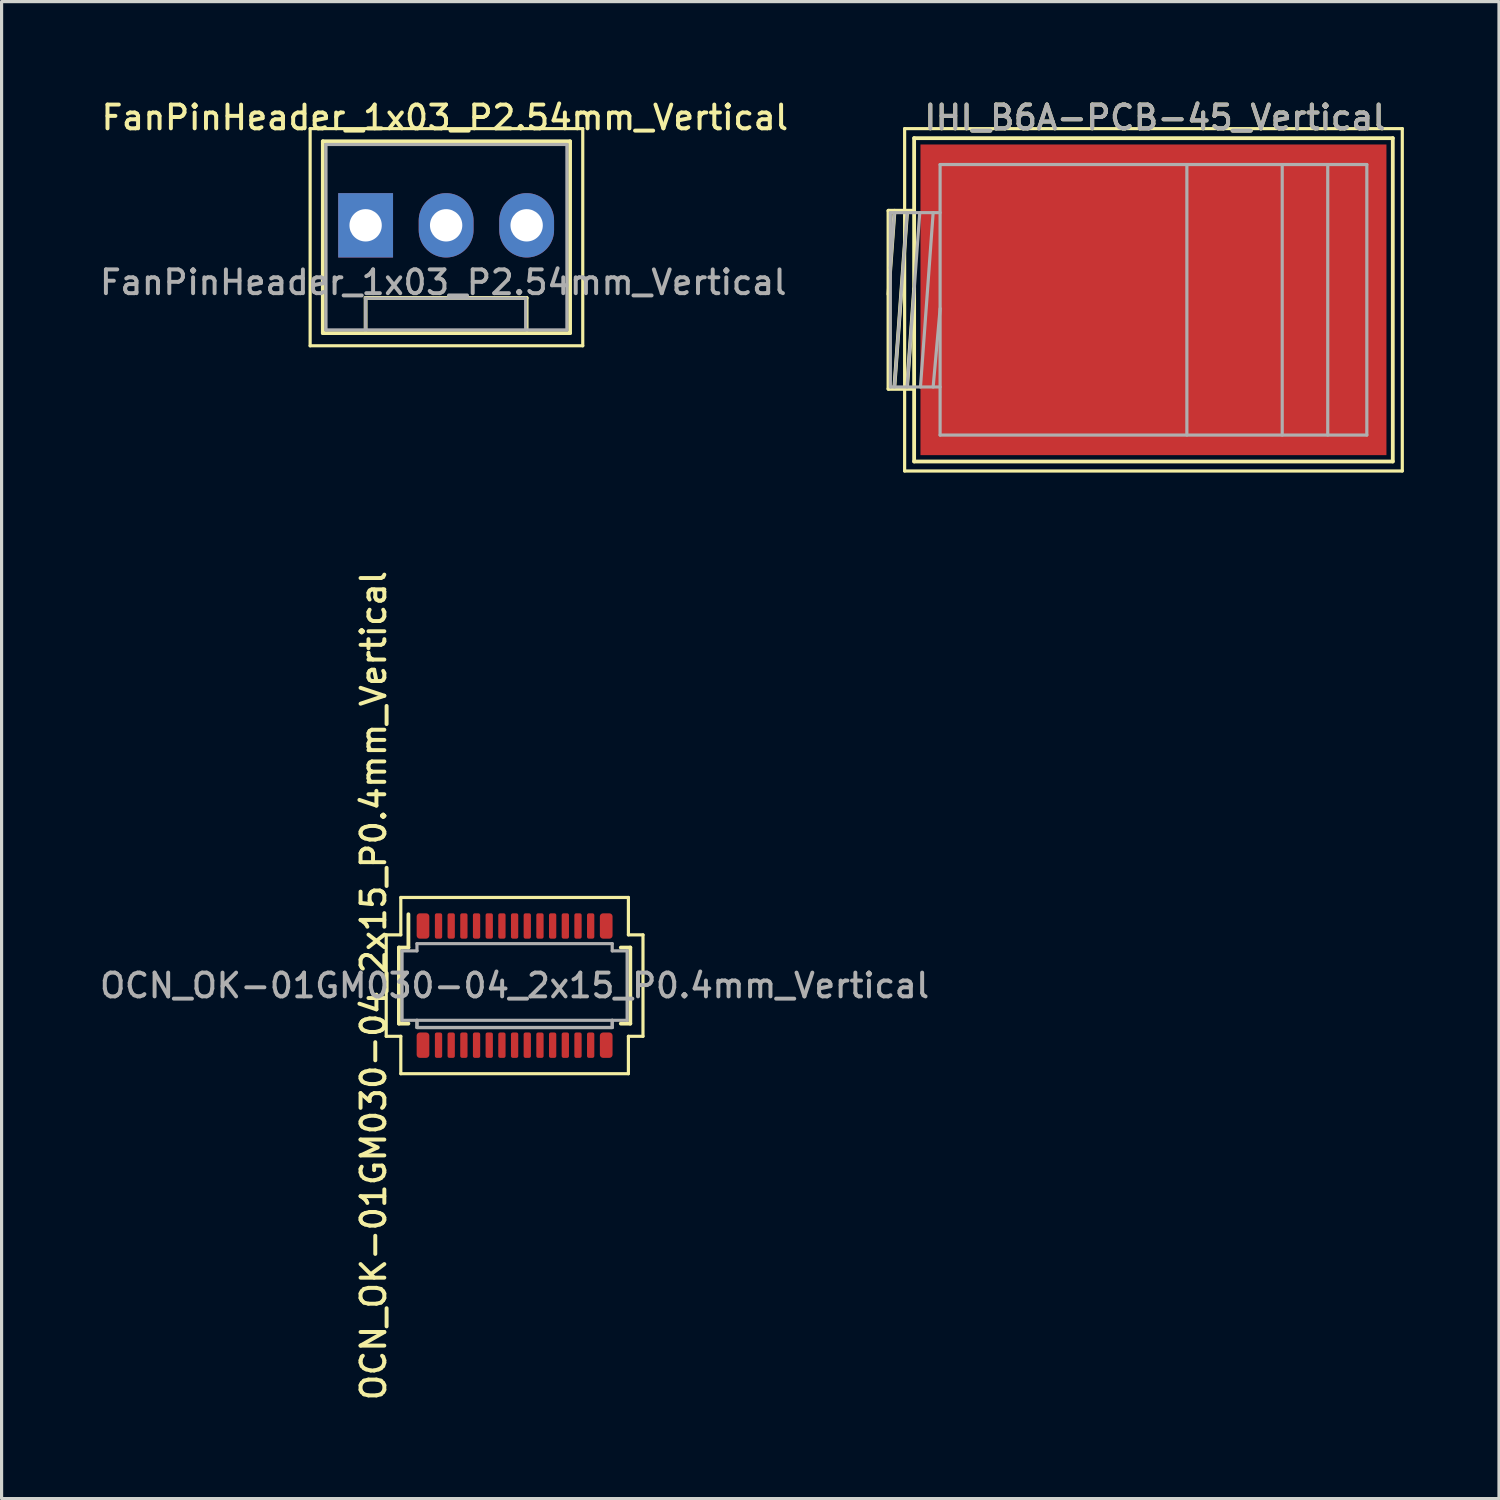
<source format=kicad_pcb>
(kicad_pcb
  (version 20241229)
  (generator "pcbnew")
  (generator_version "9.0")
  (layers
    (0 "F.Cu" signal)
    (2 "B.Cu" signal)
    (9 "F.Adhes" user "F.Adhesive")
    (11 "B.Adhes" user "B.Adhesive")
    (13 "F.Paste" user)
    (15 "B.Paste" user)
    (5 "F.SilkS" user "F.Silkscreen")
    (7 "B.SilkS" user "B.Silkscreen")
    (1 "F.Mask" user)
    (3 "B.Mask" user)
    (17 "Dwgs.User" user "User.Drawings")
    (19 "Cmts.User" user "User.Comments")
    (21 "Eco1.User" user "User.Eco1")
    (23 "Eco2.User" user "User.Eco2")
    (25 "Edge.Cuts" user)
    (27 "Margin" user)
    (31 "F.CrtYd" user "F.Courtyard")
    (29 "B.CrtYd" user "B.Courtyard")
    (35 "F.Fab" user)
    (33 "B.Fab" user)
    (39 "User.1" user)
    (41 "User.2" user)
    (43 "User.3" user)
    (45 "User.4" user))
  (footprint "IHI_B6A-PCB-45_Vertical"
    (layer "F.Cu")
    (at 33.338 6.408)
    (property "Reference" "IHI_B6A-PCB-45_Vertical" (at 0.05 -5.75 0) (layer "F.SilkS") (effects (font (size 0.75 0.75) (thickness 0.125))))
    (attr smd)
    (fp_line (start -8.36 -2.81) (end -7.55 -2.81) (stroke (width 0.12) (type solid)) (layer "F.SilkS"))
    (fp_line (start -8.36 -0.175) (end -8.168 -2.81) (stroke (width 0.12) (type solid)) (layer "F.SilkS"))
    (fp_line (start -8.36 2.81) (end -8.36 -2.81) (stroke (width 0.12) (type solid)) (layer "F.SilkS"))
    (fp_line (start -7.85 -5.4) (end 7.85 -5.4) (stroke (width 0.1) (type solid)) (layer "F.SilkS"))
    (fp_line (start -7.85 5.4) (end -7.85 -5.4) (stroke (width 0.1) (type solid)) (layer "F.SilkS"))
    (fp_line (start -7.773 -2.75) (end -8.173 2.75) (stroke (width 0.12) (type solid)) (layer "F.SilkS"))
    (fp_line (start -7.773 2.75) (end -7.55 -0.35) (stroke (width 0.12) (type solid)) (layer "F.SilkS"))
    (fp_line (start -7.55 -5.1) (end 7.55 -5.1) (stroke (width 0.12) (type solid)) (layer "F.SilkS"))
    (fp_line (start -7.55 2.81) (end -8.36 2.81) (stroke (width 0.12) (type solid)) (layer "F.SilkS"))
    (fp_line (start -7.55 5.1) (end -7.55 -5.1) (stroke (width 0.12) (type solid)) (layer "F.SilkS"))
    (fp_line (start 7.55 -5.1) (end 7.55 5.1) (stroke (width 0.12) (type solid)) (layer "F.SilkS"))
    (fp_line (start 7.55 5.1) (end -7.55 5.1) (stroke (width 0.12) (type solid)) (layer "F.SilkS"))
    (fp_line (start 7.85 -5.4) (end 7.85 5.4) (stroke (width 0.1) (type solid)) (layer "F.SilkS"))
    (fp_line (start 7.85 5.4) (end -7.85 5.4) (stroke (width 0.1) (type solid)) (layer "F.SilkS"))
    (fp_line (start -8.3 -2.75) (end -6.731 -2.75) (stroke (width 0.1) (type solid)) (layer "F.Fab"))
    (fp_line (start -8.3 -1) (end -8.173 -2.75) (stroke (width 0.1) (type solid)) (layer "F.Fab"))
    (fp_line (start -8.3 2.75) (end -8.3 -2.75) (stroke (width 0.1) (type solid)) (layer "F.Fab"))
    (fp_line (start -7.773 -2.75) (end -8.173 2.75) (stroke (width 0.1) (type solid)) (layer "F.Fab"))
    (fp_line (start -7.773 2.75) (end -7.373 -2.75) (stroke (width 0.1) (type solid)) (layer "F.Fab"))
    (fp_line (start -7.35 2.75) (end -6.95 -2.75) (stroke (width 0.1) (type solid)) (layer "F.Fab"))
    (fp_line (start -6.95 2.75) (end -6.73 0.275) (stroke (width 0.1) (type solid)) (layer "F.Fab"))
    (fp_line (start -6.731 2.75) (end -8.3 2.75) (stroke (width 0.1) (type solid)) (layer "F.Fab"))
    (fp_line (start -6.731 4.267) (end -6.731 -4.267) (stroke (width 0.1) (type solid)) (layer "F.Fab"))
    (fp_line (start -6.731 4.267) (end 6.731 4.267) (stroke (width 0.1) (type solid)) (layer "F.Fab"))
    (fp_line (start 1.054 -4.267) (end 1.054 4.267) (stroke (width 0.1) (type solid)) (layer "F.Fab"))
    (fp_line (start 4.062 -4.267) (end 4.062 4.267) (stroke (width 0.1) (type solid)) (layer "F.Fab"))
    (fp_line (start 5.498 -4.267) (end 5.498 4.267) (stroke (width 0.1) (type solid)) (layer "F.Fab"))
    (fp_line (start 6.731 -4.267) (end -6.731 -4.267) (stroke (width 0.1) (type solid)) (layer "F.Fab"))
    (fp_line (start 6.731 -4.267) (end 6.731 4.267) (stroke (width 0.1) (type solid)) (layer "F.Fab"))
    (fp_text user "${REFERENCE}" (at 0.05 -5.75 0) (layer "F.Fab") (effects (font (size 0.75 0.75) (thickness 0.125))))
    (pad "" smd rect (at -6.05 -3.85 180) (size 1.3 0.8) (layers "F.Paste"))
    (pad "" smd rect (at -6.05 -2.75 180) (size 1.3 0.8) (layers "F.Paste"))
    (pad "" smd rect (at -6.05 -1.65 180) (size 1.3 0.8) (layers "F.Paste"))
    (pad "" smd rect (at -6.05 -0.55 180) (size 1.3 0.8) (layers "F.Paste"))
    (pad "" smd rect (at -6.05 0.55 180) (size 1.3 0.8) (layers "F.Paste"))
    (pad "" smd rect (at -6.05 1.65 180) (size 1.3 0.8) (layers "F.Paste"))
    (pad "" smd rect (at -6.05 2.75 180) (size 1.3 0.8) (layers "F.Paste"))
    (pad "" smd rect (at -6.05 3.85 180) (size 1.3 0.8) (layers "F.Paste"))
    (pad "" smd rect (at -4.45 -3.85 180) (size 1.3 0.8) (layers "F.Paste"))
    (pad "" smd rect (at -4.45 -2.75 180) (size 1.3 0.8) (layers "F.Paste"))
    (pad "" smd rect (at -4.45 -1.65 180) (size 1.3 0.8) (layers "F.Paste"))
    (pad "" smd rect (at -4.45 -0.55 180) (size 1.3 0.8) (layers "F.Paste"))
    (pad "" smd rect (at -4.45 0.55 180) (size 1.3 0.8) (layers "F.Paste"))
    (pad "" smd rect (at -4.45 1.65 180) (size 1.3 0.8) (layers "F.Paste"))
    (pad "" smd rect (at -4.45 2.75 180) (size 1.3 0.8) (layers "F.Paste"))
    (pad "" smd rect (at -4.45 3.85 180) (size 1.3 0.8) (layers "F.Paste"))
    (pad "" smd rect (at -2.85 -3.85 180) (size 1.3 0.8) (layers "F.Paste"))
    (pad "" smd rect (at -2.85 -2.75 180) (size 1.3 0.8) (layers "F.Paste"))
    (pad "" smd rect (at -2.85 -1.65 180) (size 1.3 0.8) (layers "F.Paste"))
    (pad "" smd rect (at -2.85 -0.55 180) (size 1.3 0.8) (layers "F.Paste"))
    (pad "" smd rect (at -2.85 0.55 180) (size 1.3 0.8) (layers "F.Paste"))
    (pad "" smd rect (at -2.85 1.65 180) (size 1.3 0.8) (layers "F.Paste"))
    (pad "" smd rect (at -2.85 2.75 180) (size 1.3 0.8) (layers "F.Paste"))
    (pad "" smd rect (at -2.85 3.85 180) (size 1.3 0.8) (layers "F.Paste"))
    (pad "" smd rect (at -1.25 -3.85 180) (size 1.3 0.8) (layers "F.Paste"))
    (pad "" smd rect (at -1.25 -2.75 180) (size 1.3 0.8) (layers "F.Paste"))
    (pad "" smd rect (at -1.25 -1.65 180) (size 1.3 0.8) (layers "F.Paste"))
    (pad "" smd rect (at -1.25 -0.55 180) (size 1.3 0.8) (layers "F.Paste"))
    (pad "" smd rect (at -1.25 0.55 180) (size 1.3 0.8) (layers "F.Paste"))
    (pad "" smd rect (at -1.25 1.65 180) (size 1.3 0.8) (layers "F.Paste"))
    (pad "" smd rect (at -1.25 2.75 180) (size 1.3 0.8) (layers "F.Paste"))
    (pad "" smd rect (at -1.25 3.85 180) (size 1.3 0.8) (layers "F.Paste"))
    (pad "" smd rect (at 0.35 -3.85 180) (size 1.3 0.8) (layers "F.Paste"))
    (pad "" smd rect (at 0.35 -2.75 180) (size 1.3 0.8) (layers "F.Paste"))
    (pad "" smd rect (at 0.35 -1.65 180) (size 1.3 0.8) (layers "F.Paste"))
    (pad "" smd rect (at 0.35 -0.55 180) (size 1.3 0.8) (layers "F.Paste"))
    (pad "" smd rect (at 0.35 0.55 180) (size 1.3 0.8) (layers "F.Paste"))
    (pad "" smd rect (at 0.35 1.65 180) (size 1.3 0.8) (layers "F.Paste"))
    (pad "" smd rect (at 0.35 2.75 180) (size 1.3 0.8) (layers "F.Paste"))
    (pad "" smd rect (at 0.35 3.85 180) (size 1.3 0.8) (layers "F.Paste"))
    (pad "" smd rect (at 4.78 -3.85 180) (size 1.3 0.8) (layers "F.Paste"))
    (pad "" smd rect (at 4.78 -2.75 180) (size 1.3 0.8) (layers "F.Paste"))
    (pad "" smd rect (at 4.78 -1.65 180) (size 1.3 0.8) (layers "F.Paste"))
    (pad "" smd rect (at 4.78 -0.55 180) (size 1.3 0.8) (layers "F.Paste"))
    (pad "" smd rect (at 4.78 0.55 180) (size 1.3 0.8) (layers "F.Paste"))
    (pad "" smd rect (at 4.78 1.65 180) (size 1.3 0.8) (layers "F.Paste"))
    (pad "" smd rect (at 4.78 2.75 180) (size 1.3 0.8) (layers "F.Paste"))
    (pad "" smd rect (at 4.78 3.85 180) (size 1.3 0.8) (layers "F.Paste"))
    (pad "1" smd rect (at 0 0 180) (size 14.7 9.8) (layers "F.Cu" "F.Mask")))
  (footprint "FanPinHeader_1x03_P2.54mm_Vertical"
    (layer "F.Cu")
    (at 8.484 4.058)
    (property "Reference" "FanPinHeader_1x03_P2.54mm_Vertical" (at 2.5 -3.4 0) (layer "F.SilkS") (effects (font (size 0.75 0.75) (thickness 0.125))))
    (attr through_hole)
    (fp_line (start -1.75 3.8) (end -1.75 -3.05) (stroke (width 0.1) (type solid)) (layer "F.SilkS"))
    (fp_line (start -1.75 3.8) (end 6.85 3.8) (stroke (width 0.1) (type solid)) (layer "F.SilkS"))
    (fp_line (start -1.35 -2.65) (end 6.45 -2.65) (stroke (width 0.12) (type solid)) (layer "F.SilkS"))
    (fp_line (start -1.35 3.4) (end -1.35 -2.65) (stroke (width 0.12) (type solid)) (layer "F.SilkS"))
    (fp_line (start 0 2.29) (end 5.08 2.29) (stroke (width 0.12) (type solid)) (layer "F.SilkS"))
    (fp_line (start 0 3.3) (end 0 2.29) (stroke (width 0.12) (type solid)) (layer "F.SilkS"))
    (fp_line (start 5.08 2.29) (end 5.08 3.3) (stroke (width 0.12) (type solid)) (layer "F.SilkS"))
    (fp_line (start 6.45 -2.65) (end 6.45 3.4) (stroke (width 0.12) (type solid)) (layer "F.SilkS"))
    (fp_line (start 6.45 3.4) (end -1.35 3.4) (stroke (width 0.12) (type solid)) (layer "F.SilkS"))
    (fp_line (start 6.85 -3.05) (end -1.75 -3.05) (stroke (width 0.1) (type solid)) (layer "F.SilkS"))
    (fp_line (start 6.85 -3.05) (end 6.85 3.8) (stroke (width 0.1) (type solid)) (layer "F.SilkS"))
    (fp_line (start -1.25 -2.55) (end 6.35 -2.55) (stroke (width 0.1) (type solid)) (layer "F.Fab"))
    (fp_line (start -1.25 3.3) (end -1.25 -2.55) (stroke (width 0.1) (type solid)) (layer "F.Fab"))
    (fp_line (start 0 2.3) (end 0 3.3) (stroke (width 0.1) (type solid)) (layer "F.Fab"))
    (fp_line (start 5.05 2.3) (end 0 2.3) (stroke (width 0.1) (type solid)) (layer "F.Fab"))
    (fp_line (start 5.05 3.3) (end 5.05 2.3) (stroke (width 0.1) (type solid)) (layer "F.Fab"))
    (fp_line (start 6.35 -2.55) (end 6.35 3.3) (stroke (width 0.1) (type solid)) (layer "F.Fab"))
    (fp_line (start 6.35 3.3) (end -1.25 3.3) (stroke (width 0.1) (type solid)) (layer "F.Fab"))
    (fp_text user "${REFERENCE}" (at 2.45 1.8 0) (layer "F.Fab") (effects (font (size 0.75 0.75) (thickness 0.125))))
    (pad "1" thru_hole rect (at 0 0 90) (size 2.03 1.73) (drill 1.02) (layers "*.Cu" "*.Mask"))
    (pad "2" thru_hole oval (at 2.54 0 90) (size 2.03 1.73) (drill 1.02) (layers "*.Cu" "*.Mask"))
    (pad "3" thru_hole oval (at 5.08 0 90) (size 2.03 1.73) (drill 1.02) (layers "*.Cu" "*.Mask")))
  (footprint "OCN_OK-01GM030-04_2x15_P0.4mm_Vertical"
    (layer "F.Cu")
    (at 13.184 28.042)
    (property "Reference" "OCN_OK-01GM030-04_2x15_P0.4mm_Vertical" (at -4.45 0 90) (unlocked yes) (layer "F.SilkS") (effects (font (size 0.75 0.75) (thickness 0.125))))
    (attr smd)
    (fp_line (start -4.05 -1.6) (end -3.59 -1.6) (stroke (width 0.1) (type default)) (layer "F.SilkS"))
    (fp_line (start -4.05 1.6) (end -4.05 -1.6) (stroke (width 0.1) (type default)) (layer "F.SilkS"))
    (fp_line (start -3.65 -1.2) (end -3.65 1.2) (stroke (width 0.12) (type default)) (layer "F.SilkS"))
    (fp_line (start -3.65 -1.2) (end -3.35 -1.2) (stroke (width 0.12) (type default)) (layer "F.SilkS"))
    (fp_line (start -3.65 1.2) (end -3.35 1.2) (stroke (width 0.12) (type default)) (layer "F.SilkS"))
    (fp_line (start -3.59 -2.78) (end 3.59 -2.78) (stroke (width 0.1) (type default)) (layer "F.SilkS"))
    (fp_line (start -3.59 -1.6) (end -3.59 -2.78) (stroke (width 0.1) (type default)) (layer "F.SilkS"))
    (fp_line (start -3.59 1.6) (end -4.05 1.6) (stroke (width 0.1) (type default)) (layer "F.SilkS"))
    (fp_line (start -3.59 2.78) (end -3.59 1.6) (stroke (width 0.1) (type default)) (layer "F.SilkS"))
    (fp_line (start -3.35 -1.2) (end -3.35 -2.25) (stroke (width 0.12) (type default)) (layer "F.SilkS"))
    (fp_line (start 3.59 -2.78) (end 3.59 -1.6) (stroke (width 0.1) (type default)) (layer "F.SilkS"))
    (fp_line (start 3.59 -1.6) (end 4.05 -1.6) (stroke (width 0.1) (type default)) (layer "F.SilkS"))
    (fp_line (start 3.59 1.6) (end 3.59 2.78) (stroke (width 0.1) (type default)) (layer "F.SilkS"))
    (fp_line (start 3.59 2.78) (end -3.59 2.78) (stroke (width 0.1) (type default)) (layer "F.SilkS"))
    (fp_line (start 3.65 -1.2) (end 3.35 -1.2) (stroke (width 0.12) (type default)) (layer "F.SilkS"))
    (fp_line (start 3.65 1.2) (end 3.35 1.2) (stroke (width 0.12) (type default)) (layer "F.SilkS"))
    (fp_line (start 3.65 1.2) (end 3.65 -1.2) (stroke (width 0.12) (type default)) (layer "F.SilkS"))
    (fp_line (start 4.05 -1.6) (end 4.05 1.6) (stroke (width 0.1) (type default)) (layer "F.SilkS"))
    (fp_line (start 4.05 1.6) (end 3.59 1.6) (stroke (width 0.1) (type default)) (layer "F.SilkS"))
    (fp_line (start -3.55 -1.095) (end -3.08 -1.095) (stroke (width 0.1) (type default)) (layer "F.Fab"))
    (fp_line (start -3.55 1.095) (end -3.55 -1.095) (stroke (width 0.1) (type default)) (layer "F.Fab"))
    (fp_line (start -3.08 -1.323) (end 3.08 -1.323) (stroke (width 0.1) (type default)) (layer "F.Fab"))
    (fp_line (start -3.08 -1.095) (end -3.08 -1.323) (stroke (width 0.1) (type default)) (layer "F.Fab"))
    (fp_line (start -3.08 1.095) (end -3.55 1.095) (stroke (width 0.1) (type default)) (layer "F.Fab"))
    (fp_line (start -3.08 1.323) (end -3.08 1.095) (stroke (width 0.1) (type default)) (layer "F.Fab"))
    (fp_line (start 3.08 -1.323) (end 3.08 -1.095) (stroke (width 0.1) (type default)) (layer "F.Fab"))
    (fp_line (start 3.08 -1.095) (end 3.55 -1.095) (stroke (width 0.1) (type default)) (layer "F.Fab"))
    (fp_line (start 3.08 1.095) (end 3.08 1.323) (stroke (width 0.1) (type default)) (layer "F.Fab"))
    (fp_line (start 3.08 1.323) (end -3.08 1.323) (stroke (width 0.1) (type default)) (layer "F.Fab"))
    (fp_line (start 3.55 -1.095) (end 3.55 1.095) (stroke (width 0.1) (type default)) (layer "F.Fab"))
    (fp_line (start 3.55 1.095) (end 3.08 1.095) (stroke (width 0.1) (type default)) (layer "F.Fab"))
    (fp_rect (start -3.08 1.323) (end 3.08 1.095) (stroke (width 0.1) (type default)) (fill no) (layer "F.Fab"))
    (fp_text user "${REFERENCE}" (at 0 0 0) (unlocked yes) (layer "F.Fab") (effects (font (size 0.75 0.75) (thickness 0.125))))
    (pad "1" smd roundrect (at -2.89 -1.88) (size 0.4 0.8) (layers "F.Cu" "F.Mask" "F.Paste") (roundrect_rratio 0.25))
    (pad "2" smd roundrect (at -2.4 -1.88) (size 0.23 0.8) (layers "F.Cu" "F.Mask" "F.Paste") (roundrect_rratio 0.25))
    (pad "3" smd roundrect (at -2 -1.88) (size 0.23 0.8) (layers "F.Cu" "F.Mask" "F.Paste") (roundrect_rratio 0.25))
    (pad "4" smd roundrect (at -1.6 -1.88) (size 0.23 0.8) (layers "F.Cu" "F.Mask" "F.Paste") (roundrect_rratio 0.25))
    (pad "5" smd roundrect (at -1.2 -1.88) (size 0.23 0.8) (layers "F.Cu" "F.Mask" "F.Paste") (roundrect_rratio 0.25))
    (pad "6" smd roundrect (at -0.8 -1.88) (size 0.23 0.8) (layers "F.Cu" "F.Mask" "F.Paste") (roundrect_rratio 0.25))
    (pad "7" smd roundrect (at -0.4 -1.88) (size 0.23 0.8) (layers "F.Cu" "F.Mask" "F.Paste") (roundrect_rratio 0.25))
    (pad "8" smd roundrect (at 0 -1.88) (size 0.23 0.8) (layers "F.Cu" "F.Mask" "F.Paste") (roundrect_rratio 0.25))
    (pad "9" smd roundrect (at 0.4 -1.88) (size 0.23 0.8) (layers "F.Cu" "F.Mask" "F.Paste") (roundrect_rratio 0.25))
    (pad "10" smd roundrect (at 0.8 -1.88) (size 0.23 0.8) (layers "F.Cu" "F.Mask" "F.Paste") (roundrect_rratio 0.25))
    (pad "11" smd roundrect (at 1.2 -1.88) (size 0.23 0.8) (layers "F.Cu" "F.Mask" "F.Paste") (roundrect_rratio 0.25))
    (pad "12" smd roundrect (at 1.6 -1.88) (size 0.23 0.8) (layers "F.Cu" "F.Mask" "F.Paste") (roundrect_rratio 0.25))
    (pad "13" smd roundrect (at 2 -1.88) (size 0.23 0.8) (layers "F.Cu" "F.Mask" "F.Paste") (roundrect_rratio 0.25))
    (pad "14" smd roundrect (at 2.4 -1.88) (size 0.23 0.8) (layers "F.Cu" "F.Mask" "F.Paste") (roundrect_rratio 0.25))
    (pad "15" smd roundrect (at 2.89 -1.88) (size 0.4 0.8) (layers "F.Cu" "F.Mask" "F.Paste") (roundrect_rratio 0.25))
    (pad "16" smd roundrect (at 2.89 1.88) (size 0.4 0.8) (layers "F.Cu" "F.Mask" "F.Paste") (roundrect_rratio 0.25))
    (pad "17" smd roundrect (at 2.4 1.88) (size 0.23 0.8) (layers "F.Cu" "F.Mask" "F.Paste") (roundrect_rratio 0.25))
    (pad "18" smd roundrect (at 2 1.88) (size 0.23 0.8) (layers "F.Cu" "F.Mask" "F.Paste") (roundrect_rratio 0.25))
    (pad "19" smd roundrect (at 1.6 1.88) (size 0.23 0.8) (layers "F.Cu" "F.Mask" "F.Paste") (roundrect_rratio 0.25))
    (pad "20" smd roundrect (at 1.2 1.88) (size 0.23 0.8) (layers "F.Cu" "F.Mask" "F.Paste") (roundrect_rratio 0.25))
    (pad "21" smd roundrect (at 0.8 1.88) (size 0.23 0.8) (layers "F.Cu" "F.Mask" "F.Paste") (roundrect_rratio 0.25))
    (pad "22" smd roundrect (at 0.4 1.88) (size 0.23 0.8) (layers "F.Cu" "F.Mask" "F.Paste") (roundrect_rratio 0.25))
    (pad "23" smd roundrect (at 0 1.88) (size 0.23 0.8) (layers "F.Cu" "F.Mask" "F.Paste") (roundrect_rratio 0.25))
    (pad "24" smd roundrect (at -0.4 1.88) (size 0.23 0.8) (layers "F.Cu" "F.Mask" "F.Paste") (roundrect_rratio 0.25))
    (pad "25" smd roundrect (at -0.8 1.88) (size 0.23 0.8) (layers "F.Cu" "F.Mask" "F.Paste") (roundrect_rratio 0.25))
    (pad "26" smd roundrect (at -1.2 1.88) (size 0.23 0.8) (layers "F.Cu" "F.Mask" "F.Paste") (roundrect_rratio 0.25))
    (pad "27" smd roundrect (at -1.6 1.88) (size 0.23 0.8) (layers "F.Cu" "F.Mask" "F.Paste") (roundrect_rratio 0.25))
    (pad "28" smd roundrect (at -2 1.88) (size 0.23 0.8) (layers "F.Cu" "F.Mask" "F.Paste") (roundrect_rratio 0.25))
    (pad "29" smd roundrect (at -2.4 1.88) (size 0.23 0.8) (layers "F.Cu" "F.Mask" "F.Paste") (roundrect_rratio 0.25))
    (pad "30" smd roundrect (at -2.89 1.88) (size 0.4 0.8) (layers "F.Cu" "F.Mask" "F.Paste") (roundrect_rratio 0.25)))
  (gr_rect
    (start -3 -3)
    (end 44.238 44.226)
    (stroke (width 0.1) (type default))
    (fill no)
    (layer "Edge.Cuts")))
</source>
